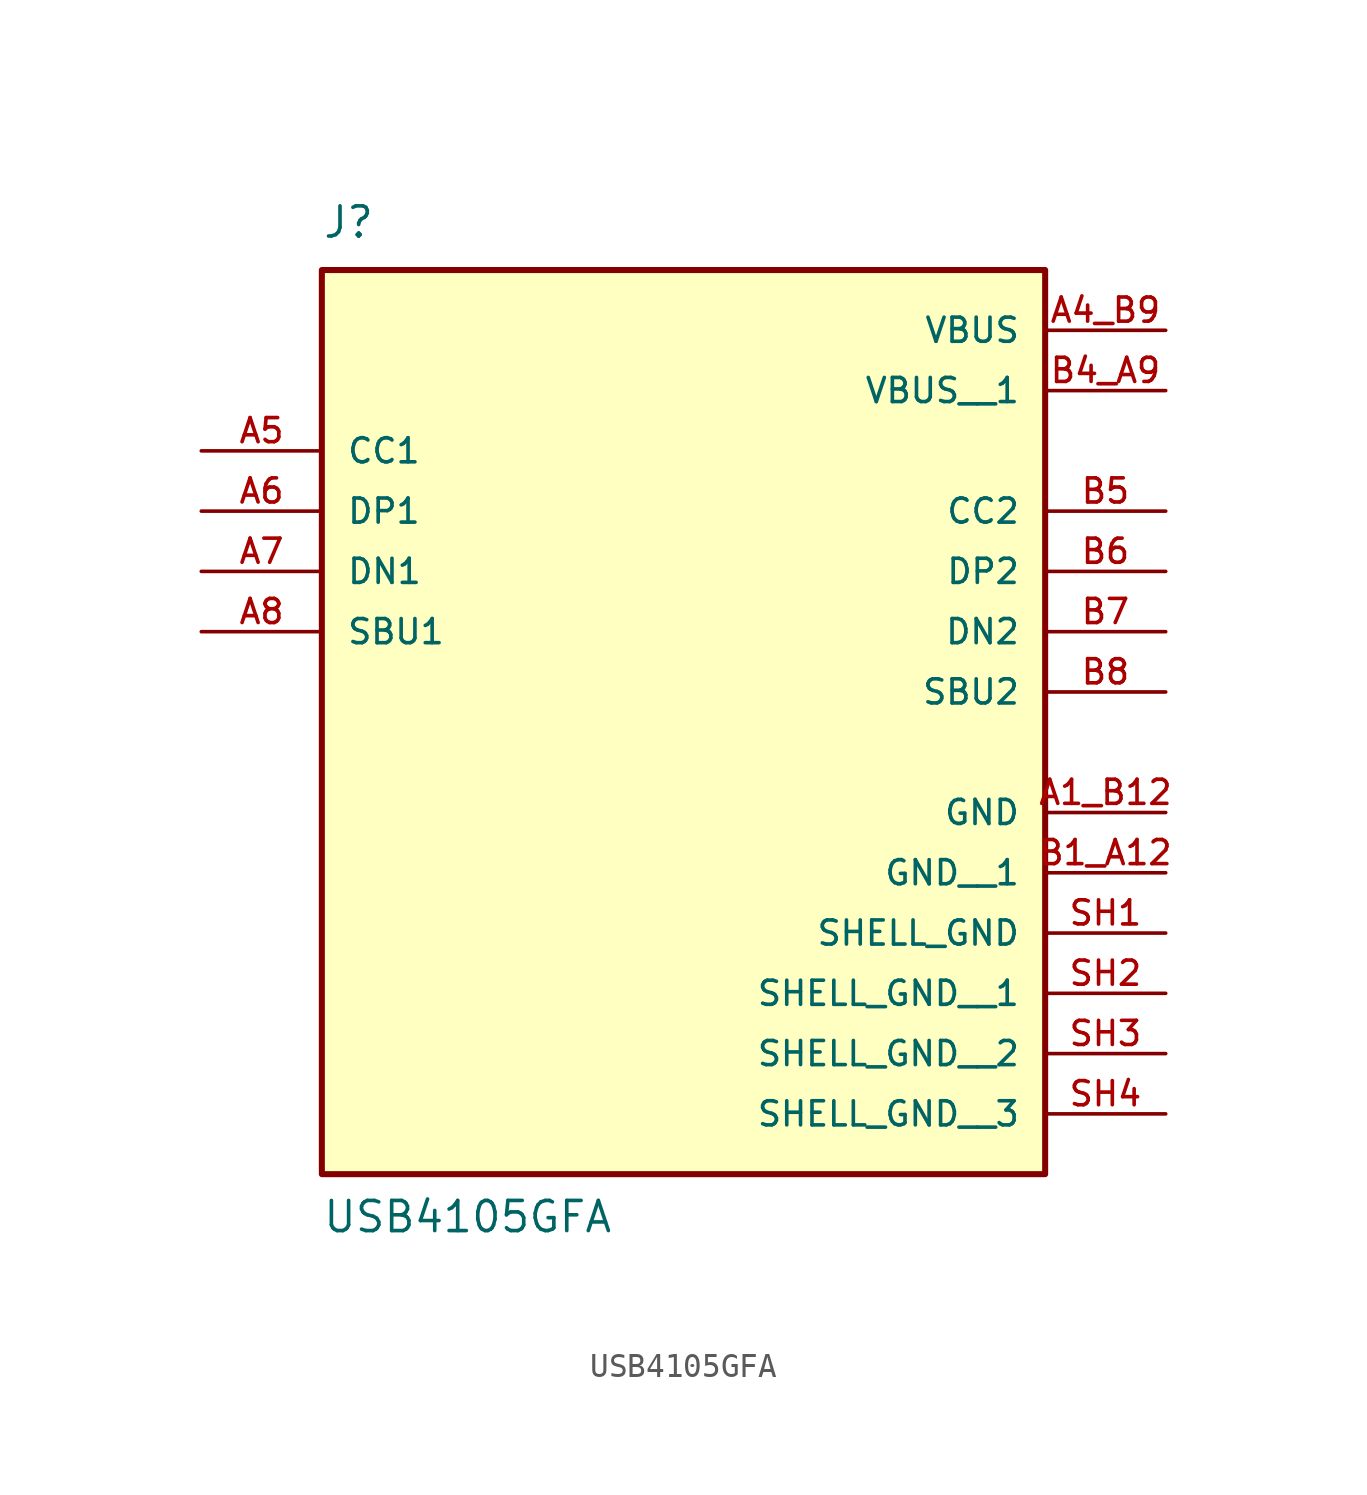
<source format=kicad_sym>
(kicad_symbol_lib
  (version 20211014)
  (generator kicad_symbol_editor)
  (symbol "USB4105GFA"
    (pin_names
      (offset 1.016))
    (property "Reference" "J"
      (at -15.24 13.97 0)
      (effects (font (size 1.27 1.27)) (justify bottom left)))
    (property "Value" "USB4105GFA"
      (at -15.24 -27.94 0)
      (effects (font (size 1.27 1.27)) (justify bottom left)))
    (symbol "USB4105GFA_0_0"
      (rectangle (start -15.24 -25.4) (end 15.24 12.7) (stroke (width 0.254)) (fill (type background)))
      (pin bidirectional line (at -20.32 5.08 0) (length 5.08) (name "CC1" (effects (font (size 1.016 1.016)))) (number "A5" (effects (font (size 1.016 1.016)))))
      (pin bidirectional line (at -20.32 2.54 0) (length 5.08) (name "DP1" (effects (font (size 1.016 1.016)))) (number "A6" (effects (font (size 1.016 1.016)))))
      (pin bidirectional line (at -20.32 0.0 0) (length 5.08) (name "DN1" (effects (font (size 1.016 1.016)))) (number "A7" (effects (font (size 1.016 1.016)))))
      (pin bidirectional line (at -20.32 -2.54 0) (length 5.08) (name "SBU1" (effects (font (size 1.016 1.016)))) (number "A8" (effects (font (size 1.016 1.016)))))
      (pin power_in line (at 20.32 10.16 180.0) (length 5.08) (name "VBUS" (effects (font (size 1.016 1.016)))) (number "A4_B9" (effects (font (size 1.016 1.016)))))
      (pin bidirectional line (at 20.32 2.54 180.0) (length 5.08) (name "CC2" (effects (font (size 1.016 1.016)))) (number "B5" (effects (font (size 1.016 1.016)))))
      (pin bidirectional line (at 20.32 0.0 180.0) (length 5.08) (name "DP2" (effects (font (size 1.016 1.016)))) (number "B6" (effects (font (size 1.016 1.016)))))
      (pin bidirectional line (at 20.32 -2.54 180.0) (length 5.08) (name "DN2" (effects (font (size 1.016 1.016)))) (number "B7" (effects (font (size 1.016 1.016)))))
      (pin bidirectional line (at 20.32 -5.08 180.0) (length 5.08) (name "SBU2" (effects (font (size 1.016 1.016)))) (number "B8" (effects (font (size 1.016 1.016)))))
      (pin power_in line (at 20.32 -10.16 180.0) (length 5.08) (name "GND" (effects (font (size 1.016 1.016)))) (number "A1_B12" (effects (font (size 1.016 1.016)))))
      (pin power_in line (at 20.32 -15.24 180.0) (length 5.08) (name "SHELL_GND" (effects (font (size 1.016 1.016)))) (number "SH1" (effects (font (size 1.016 1.016)))))
      (pin power_in line (at 20.32 7.62 180.0) (length 5.08) (name "VBUS__1" (effects (font (size 1.016 1.016)))) (number "B4_A9" (effects (font (size 1.016 1.016)))))
      (pin power_in line (at 20.32 -12.7 180.0) (length 5.08) (name "GND__1" (effects (font (size 1.016 1.016)))) (number "B1_A12" (effects (font (size 1.016 1.016)))))
      (pin power_in line (at 20.32 -17.78 180.0) (length 5.08) (name "SHELL_GND__1" (effects (font (size 1.016 1.016)))) (number "SH2" (effects (font (size 1.016 1.016)))))
      (pin power_in line (at 20.32 -20.32 180.0) (length 5.08) (name "SHELL_GND__2" (effects (font (size 1.016 1.016)))) (number "SH3" (effects (font (size 1.016 1.016)))))
      (pin power_in line (at 20.32 -22.86 180.0) (length 5.08) (name "SHELL_GND__3" (effects (font (size 1.016 1.016)))) (number "SH4" (effects (font (size 1.016 1.016))))))))
</source>
